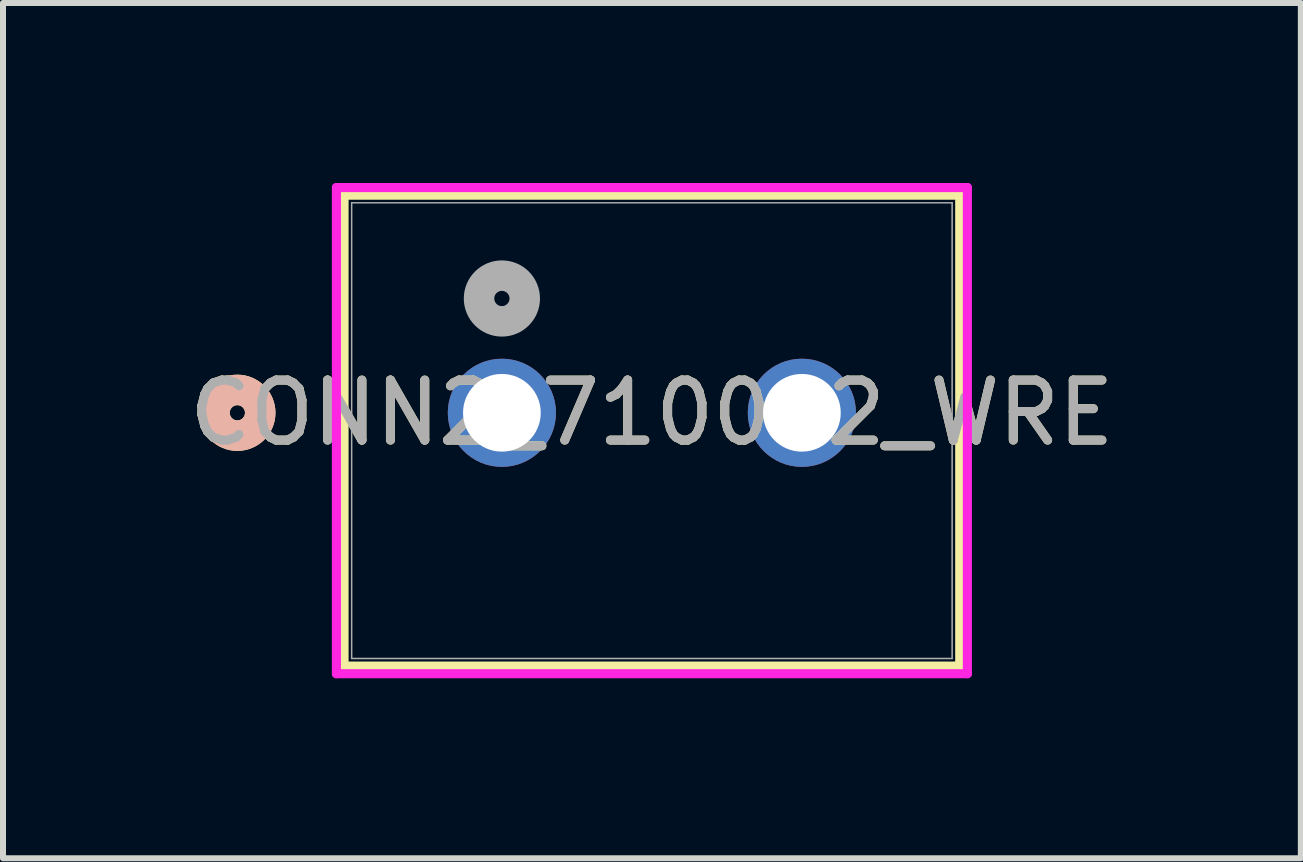
<source format=kicad_pcb>
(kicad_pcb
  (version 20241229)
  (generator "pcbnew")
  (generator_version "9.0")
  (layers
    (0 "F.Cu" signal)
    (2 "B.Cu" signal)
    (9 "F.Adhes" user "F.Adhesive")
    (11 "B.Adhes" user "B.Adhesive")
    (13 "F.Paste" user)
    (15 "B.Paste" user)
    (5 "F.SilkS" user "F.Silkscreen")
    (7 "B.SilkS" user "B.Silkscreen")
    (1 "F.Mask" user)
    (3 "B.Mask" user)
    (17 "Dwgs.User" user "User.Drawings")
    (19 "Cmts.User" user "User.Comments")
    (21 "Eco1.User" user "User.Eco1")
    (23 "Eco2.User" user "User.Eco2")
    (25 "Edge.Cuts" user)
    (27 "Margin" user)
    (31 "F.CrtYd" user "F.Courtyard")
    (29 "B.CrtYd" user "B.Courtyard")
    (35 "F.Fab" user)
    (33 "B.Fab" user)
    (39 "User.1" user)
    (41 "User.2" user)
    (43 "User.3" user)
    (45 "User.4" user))
  (footprint "CONN2_710002_WRE"
    (layer "F.Cu")
    (at 5.315 3.83)
    (property "Reference" "CONN2_710002_WRE" (at 2.5 0 0) (unlocked yes) (layer "F.SilkS") (effects (font (size 1 1) (thickness 0.15))))
    (attr through_hole)
    (fp_line (start -2.631 -3.627) (end -2.631 4.222) (stroke (width 0.152) (type solid)) (layer "F.SilkS"))
    (fp_line (start -2.631 4.222) (end 7.631 4.222) (stroke (width 0.152) (type solid)) (layer "F.SilkS"))
    (fp_line (start 7.631 -3.627) (end -2.631 -3.627) (stroke (width 0.152) (type solid)) (layer "F.SilkS"))
    (fp_line (start 7.631 4.222) (end 7.631 -3.627) (stroke (width 0.152) (type solid)) (layer "F.SilkS"))
    (fp_circle (center -4.409 0) (end -4.028 0) (stroke (width 0.508) (type solid)) (fill no) (layer "F.SilkS"))
    (fp_circle (center -4.409 0) (end -4.028 0) (stroke (width 0.508) (type solid)) (fill no) (layer "B.SilkS"))
    (fp_line (start -2.758 -3.754) (end -2.758 4.349) (stroke (width 0.152) (type solid)) (layer "F.CrtYd"))
    (fp_line (start -2.758 4.349) (end 7.758 4.349) (stroke (width 0.152) (type solid)) (layer "F.CrtYd"))
    (fp_line (start 7.758 -3.754) (end -2.758 -3.754) (stroke (width 0.152) (type solid)) (layer "F.CrtYd"))
    (fp_line (start 7.758 4.349) (end 7.758 -3.754) (stroke (width 0.152) (type solid)) (layer "F.CrtYd"))
    (fp_line (start -2.504 -3.5) (end -2.504 4.095) (stroke (width 0.025) (type solid)) (layer "F.Fab"))
    (fp_line (start -2.504 4.095) (end 7.504 4.095) (stroke (width 0.025) (type solid)) (layer "F.Fab"))
    (fp_line (start 7.504 -3.5) (end -2.504 -3.5) (stroke (width 0.025) (type solid)) (layer "F.Fab"))
    (fp_line (start 7.504 4.095) (end 7.504 -3.5) (stroke (width 0.025) (type solid)) (layer "F.Fab"))
    (fp_circle (center 0 -1.905) (end 0.381 -1.905) (stroke (width 0.508) (type solid)) (fill no) (layer "F.Fab"))
    (fp_text user "${REFERENCE}" (at 2.5 0 0) (unlocked yes) (layer "F.Fab") (effects (font (size 1 1) (thickness 0.15))))
    (pad "1" thru_hole circle (at 0 0) (size 1.803 1.803) (drill 1.295) (layers "*.Cu" "*.Mask"))
    (pad "2" thru_hole circle (at 5 0) (size 1.803 1.803) (drill 1.295) (layers "*.Cu" "*.Mask")))
  (gr_rect
    (start -3 -3)
    (end 18.631 11.255)
    (stroke (width 0.1) (type default))
    (fill no)
    (layer "Edge.Cuts")))
</source>
